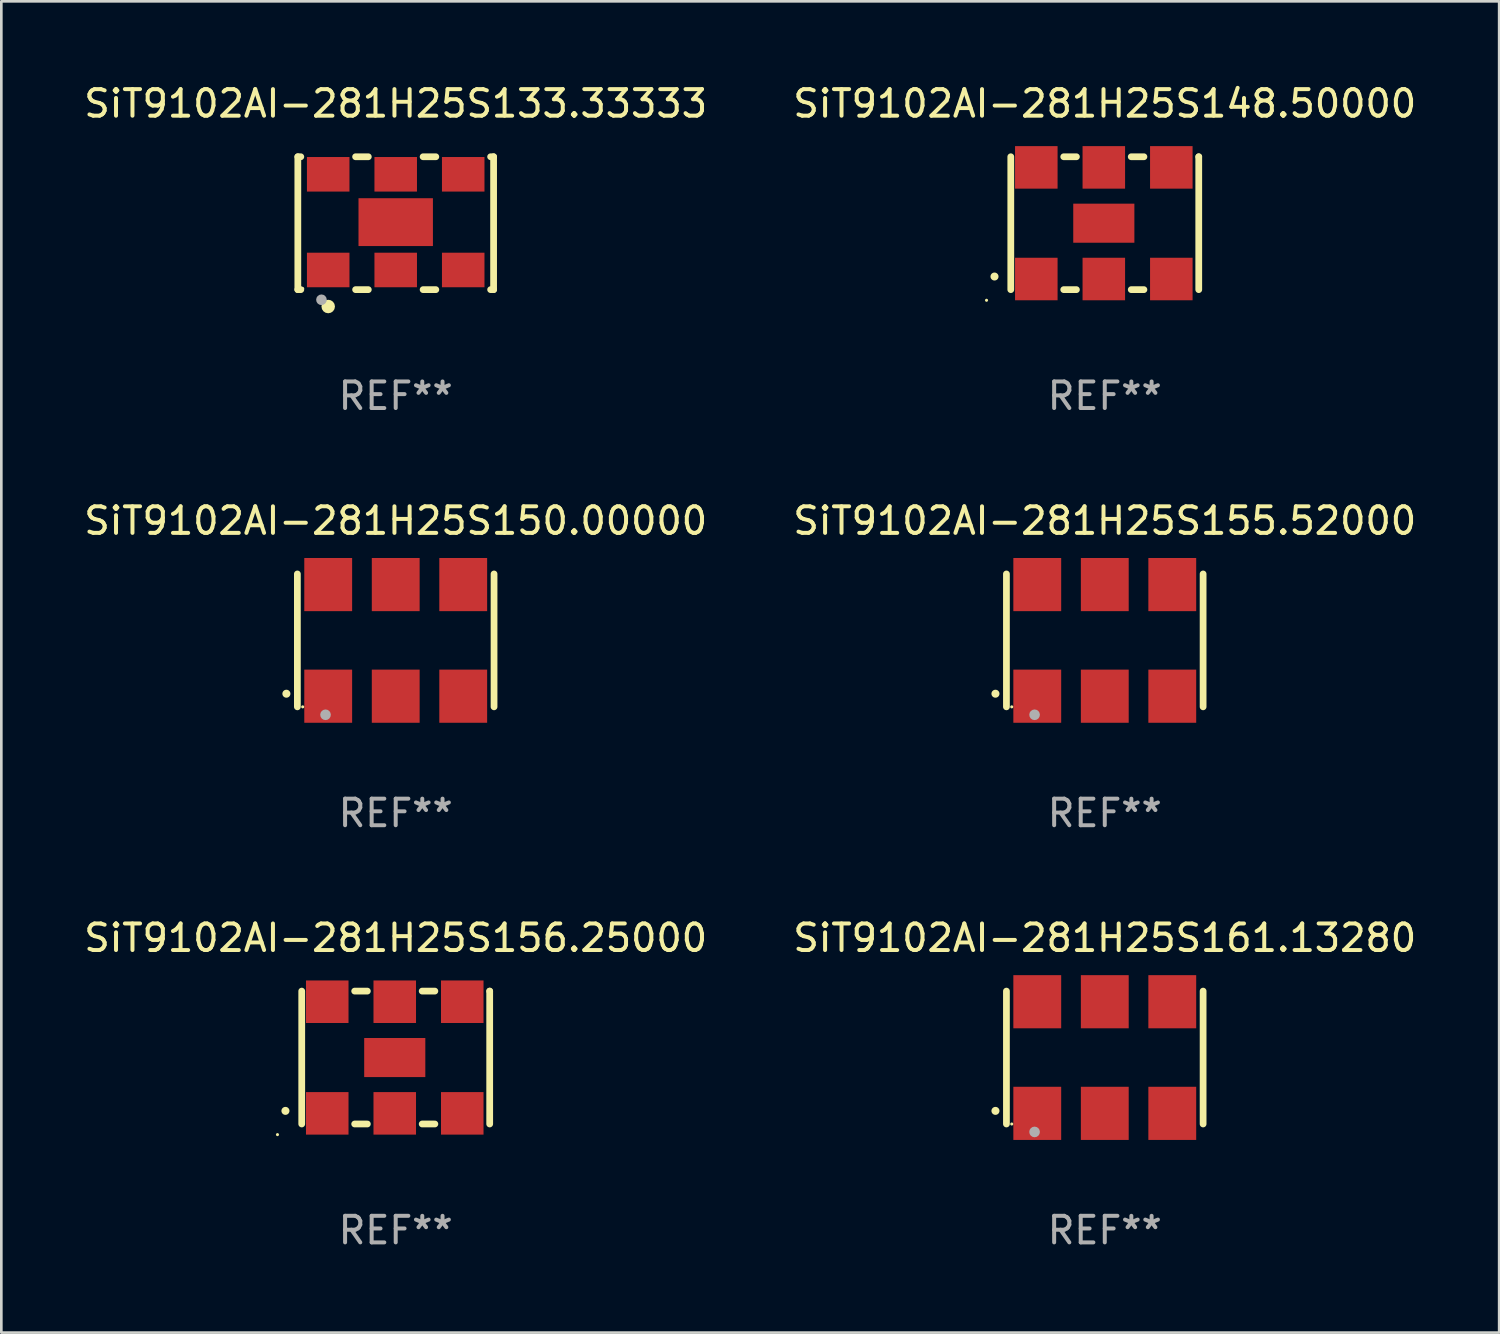
<source format=kicad_pcb>
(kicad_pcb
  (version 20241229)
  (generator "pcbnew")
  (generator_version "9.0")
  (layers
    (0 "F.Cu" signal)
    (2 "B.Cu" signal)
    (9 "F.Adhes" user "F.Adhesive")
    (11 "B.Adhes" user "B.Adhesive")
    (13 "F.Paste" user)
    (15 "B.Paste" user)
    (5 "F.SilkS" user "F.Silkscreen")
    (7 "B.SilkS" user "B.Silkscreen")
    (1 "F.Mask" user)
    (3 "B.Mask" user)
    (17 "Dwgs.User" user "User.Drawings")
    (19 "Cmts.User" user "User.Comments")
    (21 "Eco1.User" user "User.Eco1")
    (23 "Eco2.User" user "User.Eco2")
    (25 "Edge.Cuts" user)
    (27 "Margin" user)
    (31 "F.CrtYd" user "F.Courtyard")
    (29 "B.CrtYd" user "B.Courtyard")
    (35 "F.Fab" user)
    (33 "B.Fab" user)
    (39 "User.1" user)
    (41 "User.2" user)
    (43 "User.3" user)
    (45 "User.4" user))
  (footprint "SiT9102AI-281H25S161.13280"
    (layer "F.Cu")
    (at 38.518 36.741)
    (property "Reference" "SiT9102AI-281H25S161.13280" (at 0 -4.5 0) (layer "F.SilkS") (effects (font (size 1 1) (thickness 0.15))))
    (attr through_hole)
    (fp_line (start -3.7 -2.5) (end -3.7 2.5) (stroke (width 0.254) (type solid)) (layer "F.SilkS"))
    (fp_line (start 3.7 -2.5) (end 3.7 2.5) (stroke (width 0.254) (type solid)) (layer "F.SilkS"))
    (fp_arc (start -4.114415 2.006604) (mid -4.113145 2.006599) (end -4.111875 2.006604) (stroke (width 0.3) (type solid)) (layer "F.SilkS"))
    (fp_circle (center -3.5 2.501) (end -3.47 2.501) (stroke (width 0.06) (type solid)) (fill no) (layer "F.SilkS"))
    (fp_circle (center -2.641 2.799) (end -2.541 2.799) (stroke (width 0.2) (type solid)) (fill no) (layer "F.Fab"))
    (fp_text user "REF**" (at 0 6.5 0) (layer "F.Fab") (effects (font (size 1 1) (thickness 0.15))))
    (pad "1" smd rect (at -2.54 2.1) (size 1.8 2) (layers "F.Cu" "F.Mask" "F.Paste"))
    (pad "2" smd rect (at 0.000394 2.1) (size 1.8 2) (layers "F.Cu" "F.Mask" "F.Paste"))
    (pad "3" smd rect (at 2.54 2.1) (size 1.8 2) (layers "F.Cu" "F.Mask" "F.Paste"))
    (pad "4" smd rect (at 2.54 -2.1) (size 1.8 2) (layers "F.Cu" "F.Mask" "F.Paste"))
    (pad "5" smd rect (at 0.000394 -2.1) (size 1.8 2) (layers "F.Cu" "F.Mask" "F.Paste"))
    (pad "6" smd rect (at -2.54 -2.1) (size 1.8 2) (layers "F.Cu" "F.Mask" "F.Paste")))
  (footprint "SiT9102AI-281H25S156.25000"
    (layer "F.Cu")
    (at 11.839 36.741)
    (property "Reference" "SiT9102AI-281H25S156.25000" (at 0 -4.5 0) (layer "F.SilkS") (effects (font (size 1 1) (thickness 0.15))))
    (attr through_hole)
    (fp_line (start -3.536 -2.5) (end -3.536 2.5) (stroke (width 0.254) (type solid)) (layer "F.SilkS"))
    (fp_line (start -1.544 2.5) (end -1.067 2.5) (stroke (width 0.254) (type solid)) (layer "F.SilkS"))
    (fp_line (start -1.067 -2.5) (end -1.544 -2.5) (stroke (width 0.254) (type solid)) (layer "F.SilkS"))
    (fp_line (start 0.996 2.5) (end 1.473 2.5) (stroke (width 0.254) (type solid)) (layer "F.SilkS"))
    (fp_line (start 1.473 -2.5) (end 0.996 -2.5) (stroke (width 0.254) (type solid)) (layer "F.SilkS"))
    (fp_line (start 3.536 -2.5) (end 3.536 -2.5) (stroke (width 0.254) (type solid)) (layer "F.SilkS"))
    (fp_line (start 3.536 2.5) (end 3.536 -2.5) (stroke (width 0.254) (type solid)) (layer "F.SilkS"))
    (fp_arc (start -4.150432 2.006604) (mid -4.149162 2.006599) (end -4.147892 2.006604) (stroke (width 0.3) (type solid)) (layer "F.SilkS"))
    (fp_circle (center -4.449 2.9) (end -4.419 2.9) (stroke (width 0.06) (type solid)) (fill no) (layer "F.SilkS"))
    (fp_text user "REF**" (at 0 6.5 0) (layer "F.Fab") (effects (font (size 1 1) (thickness 0.15))))
    (pad "1" smd rect (at -2.576 2.1) (size 1.6 1.6) (layers "F.Cu" "F.Mask" "F.Paste"))
    (pad "2" smd rect (at -0.036 2.1) (size 1.6 1.6) (layers "F.Cu" "F.Mask" "F.Paste"))
    (pad "3" smd rect (at 2.504 2.1) (size 1.6 1.6) (layers "F.Cu" "F.Mask" "F.Paste"))
    (pad "4" smd rect (at 2.504 -2.1) (size 1.6 1.6) (layers "F.Cu" "F.Mask" "F.Paste"))
    (pad "5" smd rect (at -0.036 -2.1) (size 1.6 1.6) (layers "F.Cu" "F.Mask" "F.Paste"))
    (pad "6" smd rect (at -2.576 -2.1) (size 1.6 1.6) (layers "F.Cu" "F.Mask" "F.Paste"))
    (pad "7" smd rect (at -0.036 0) (size 2.3 1.47) (layers "F.Cu" "F.Mask" "F.Paste")))
  (footprint "SiT9102AI-281H25S155.52000"
    (layer "F.Cu")
    (at 38.518 21.045)
    (property "Reference" "SiT9102AI-281H25S155.52000" (at 0 -4.5 0) (layer "F.SilkS") (effects (font (size 1 1) (thickness 0.15))))
    (attr through_hole)
    (fp_line (start -3.7 -2.5) (end -3.7 2.5) (stroke (width 0.254) (type solid)) (layer "F.SilkS"))
    (fp_line (start 3.7 -2.5) (end 3.7 2.5) (stroke (width 0.254) (type solid)) (layer "F.SilkS"))
    (fp_arc (start -4.114415 2.006604) (mid -4.113145 2.006599) (end -4.111875 2.006604) (stroke (width 0.3) (type solid)) (layer "F.SilkS"))
    (fp_circle (center -3.5 2.501) (end -3.47 2.501) (stroke (width 0.06) (type solid)) (fill no) (layer "F.SilkS"))
    (fp_circle (center -2.641 2.799) (end -2.541 2.799) (stroke (width 0.2) (type solid)) (fill no) (layer "F.Fab"))
    (fp_text user "REF**" (at 0 6.5 0) (layer "F.Fab") (effects (font (size 1 1) (thickness 0.15))))
    (pad "1" smd rect (at -2.54 2.1) (size 1.8 2) (layers "F.Cu" "F.Mask" "F.Paste"))
    (pad "2" smd rect (at 0.000394 2.1) (size 1.8 2) (layers "F.Cu" "F.Mask" "F.Paste"))
    (pad "3" smd rect (at 2.54 2.1) (size 1.8 2) (layers "F.Cu" "F.Mask" "F.Paste"))
    (pad "4" smd rect (at 2.54 -2.1) (size 1.8 2) (layers "F.Cu" "F.Mask" "F.Paste"))
    (pad "5" smd rect (at 0.000394 -2.1) (size 1.8 2) (layers "F.Cu" "F.Mask" "F.Paste"))
    (pad "6" smd rect (at -2.54 -2.1) (size 1.8 2) (layers "F.Cu" "F.Mask" "F.Paste")))
  (footprint "SiT9102AI-281H25S133.33333"
    (layer "F.Cu")
    (at 11.839 5.348)
    (property "Reference" "SiT9102AI-281H25S133.33333" (at 0 -4.5 0) (layer "F.SilkS") (effects (font (size 1 1) (thickness 0.15))))
    (attr through_hole)
    (fp_line (start -3.683 -2.5) (end -3.571 -2.5) (stroke (width 0.254) (type solid)) (layer "F.SilkS"))
    (fp_line (start -3.683 2.5) (end -3.683 -2.5) (stroke (width 0.254) (type solid)) (layer "F.SilkS"))
    (fp_line (start -3.683 2.5) (end -3.571 2.5) (stroke (width 0.254) (type solid)) (layer "F.SilkS"))
    (fp_line (start -1.509 -2.5) (end -1.031 -2.5) (stroke (width 0.254) (type solid)) (layer "F.SilkS"))
    (fp_line (start -1.509 2.5) (end -1.031 2.5) (stroke (width 0.254) (type solid)) (layer "F.SilkS"))
    (fp_line (start 1.031 -2.5) (end 1.509 -2.5) (stroke (width 0.254) (type solid)) (layer "F.SilkS"))
    (fp_line (start 1.031 2.5) (end 1.509 2.5) (stroke (width 0.254) (type solid)) (layer "F.SilkS"))
    (fp_line (start 3.571 -2.5) (end 3.683 -2.5) (stroke (width 0.254) (type solid)) (layer "F.SilkS"))
    (fp_line (start 3.571 2.5) (end 3.683 2.5) (stroke (width 0.254) (type solid)) (layer "F.SilkS"))
    (fp_line (start 3.683 2.5) (end 3.683 -2.5) (stroke (width 0.254) (type solid)) (layer "F.SilkS"))
    (fp_circle (center -3.5 2.46) (end -3.47 2.46) (stroke (width 0.06) (type solid)) (fill no) (layer "F.SilkS"))
    (fp_circle (center -2.54 3.135) (end -2.413 3.135) (stroke (width 0.254) (type solid)) (fill no) (layer "F.SilkS"))
    (fp_circle (center -2.794 2.881) (end -2.694 2.881) (stroke (width 0.2) (type solid)) (fill no) (layer "F.Fab"))
    (fp_text user "REF**" (at 0 6.5 0) (layer "F.Fab") (effects (font (size 1 1) (thickness 0.15))))
    (pad "1" smd rect (at -2.54 1.76) (size 1.6 1.3) (layers "F.Cu" "F.Mask" "F.Paste"))
    (pad "2" smd rect (at 0 1.76) (size 1.6 1.3) (layers "F.Cu" "F.Mask" "F.Paste"))
    (pad "3" smd rect (at 2.54 1.76) (size 1.6 1.3) (layers "F.Cu" "F.Mask" "F.Paste"))
    (pad "4" smd rect (at 2.54 -1.84) (size 1.6 1.3) (layers "F.Cu" "F.Mask" "F.Paste"))
    (pad "5" smd rect (at 0 -1.84) (size 1.6 1.3) (layers "F.Cu" "F.Mask" "F.Paste"))
    (pad "6" smd rect (at -2.54 -1.84) (size 1.6 1.3) (layers "F.Cu" "F.Mask" "F.Paste"))
    (pad "7" smd rect (at 0 -0.04) (size 2.8 1.8) (layers "F.Cu" "F.Mask" "F.Paste")))
  (footprint "SiT9102AI-281H25S148.50000"
    (layer "F.Cu")
    (at 38.518 5.348)
    (property "Reference" "SiT9102AI-281H25S148.50000" (at 0 -4.5 0) (layer "F.SilkS") (effects (font (size 1 1) (thickness 0.15))))
    (attr through_hole)
    (fp_line (start -3.536 -2.5) (end -3.536 2.5) (stroke (width 0.254) (type solid)) (layer "F.SilkS"))
    (fp_line (start -1.544 2.5) (end -1.067 2.5) (stroke (width 0.254) (type solid)) (layer "F.SilkS"))
    (fp_line (start -1.067 -2.5) (end -1.544 -2.5) (stroke (width 0.254) (type solid)) (layer "F.SilkS"))
    (fp_line (start 0.996 2.5) (end 1.473 2.5) (stroke (width 0.254) (type solid)) (layer "F.SilkS"))
    (fp_line (start 1.473 -2.5) (end 0.996 -2.5) (stroke (width 0.254) (type solid)) (layer "F.SilkS"))
    (fp_line (start 3.536 -2.5) (end 3.536 -2.5) (stroke (width 0.254) (type solid)) (layer "F.SilkS"))
    (fp_line (start 3.536 2.5) (end 3.536 -2.5) (stroke (width 0.254) (type solid)) (layer "F.SilkS"))
    (fp_arc (start -4.150432 2.006604) (mid -4.149162 2.006599) (end -4.147892 2.006604) (stroke (width 0.3) (type solid)) (layer "F.SilkS"))
    (fp_circle (center -4.449 2.9) (end -4.419 2.9) (stroke (width 0.06) (type solid)) (fill no) (layer "F.SilkS"))
    (fp_text user "REF**" (at 0 6.5 0) (layer "F.Fab") (effects (font (size 1 1) (thickness 0.15))))
    (pad "1" smd rect (at -2.576 2.1) (size 1.6 1.6) (layers "F.Cu" "F.Mask" "F.Paste"))
    (pad "2" smd rect (at -0.036 2.1) (size 1.6 1.6) (layers "F.Cu" "F.Mask" "F.Paste"))
    (pad "3" smd rect (at 2.504 2.1) (size 1.6 1.6) (layers "F.Cu" "F.Mask" "F.Paste"))
    (pad "4" smd rect (at 2.504 -2.1) (size 1.6 1.6) (layers "F.Cu" "F.Mask" "F.Paste"))
    (pad "5" smd rect (at -0.036 -2.1) (size 1.6 1.6) (layers "F.Cu" "F.Mask" "F.Paste"))
    (pad "6" smd rect (at -2.576 -2.1) (size 1.6 1.6) (layers "F.Cu" "F.Mask" "F.Paste"))
    (pad "7" smd rect (at -0.036 0) (size 2.3 1.47) (layers "F.Cu" "F.Mask" "F.Paste")))
  (footprint "SiT9102AI-281H25S150.00000"
    (layer "F.Cu")
    (at 11.839 21.045)
    (property "Reference" "SiT9102AI-281H25S150.00000" (at 0 -4.5 0) (layer "F.SilkS") (effects (font (size 1 1) (thickness 0.15))))
    (attr through_hole)
    (fp_line (start -3.7 -2.5) (end -3.7 2.5) (stroke (width 0.254) (type solid)) (layer "F.SilkS"))
    (fp_line (start 3.7 -2.5) (end 3.7 2.5) (stroke (width 0.254) (type solid)) (layer "F.SilkS"))
    (fp_arc (start -4.114415 2.006604) (mid -4.113145 2.006599) (end -4.111875 2.006604) (stroke (width 0.3) (type solid)) (layer "F.SilkS"))
    (fp_circle (center -3.5 2.501) (end -3.47 2.501) (stroke (width 0.06) (type solid)) (fill no) (layer "F.SilkS"))
    (fp_circle (center -2.641 2.799) (end -2.541 2.799) (stroke (width 0.2) (type solid)) (fill no) (layer "F.Fab"))
    (fp_text user "REF**" (at 0 6.5 0) (layer "F.Fab") (effects (font (size 1 1) (thickness 0.15))))
    (pad "1" smd rect (at -2.54 2.1) (size 1.8 2) (layers "F.Cu" "F.Mask" "F.Paste"))
    (pad "2" smd rect (at 0.000394 2.1) (size 1.8 2) (layers "F.Cu" "F.Mask" "F.Paste"))
    (pad "3" smd rect (at 2.54 2.1) (size 1.8 2) (layers "F.Cu" "F.Mask" "F.Paste"))
    (pad "4" smd rect (at 2.54 -2.1) (size 1.8 2) (layers "F.Cu" "F.Mask" "F.Paste"))
    (pad "5" smd rect (at 0.000394 -2.1) (size 1.8 2) (layers "F.Cu" "F.Mask" "F.Paste"))
    (pad "6" smd rect (at -2.54 -2.1) (size 1.8 2) (layers "F.Cu" "F.Mask" "F.Paste")))
  (gr_rect
    (start -3 -3)
    (end 53.357 47.09)
    (stroke (width 0.1) (type default))
    (fill no)
    (layer "Edge.Cuts")))
</source>
